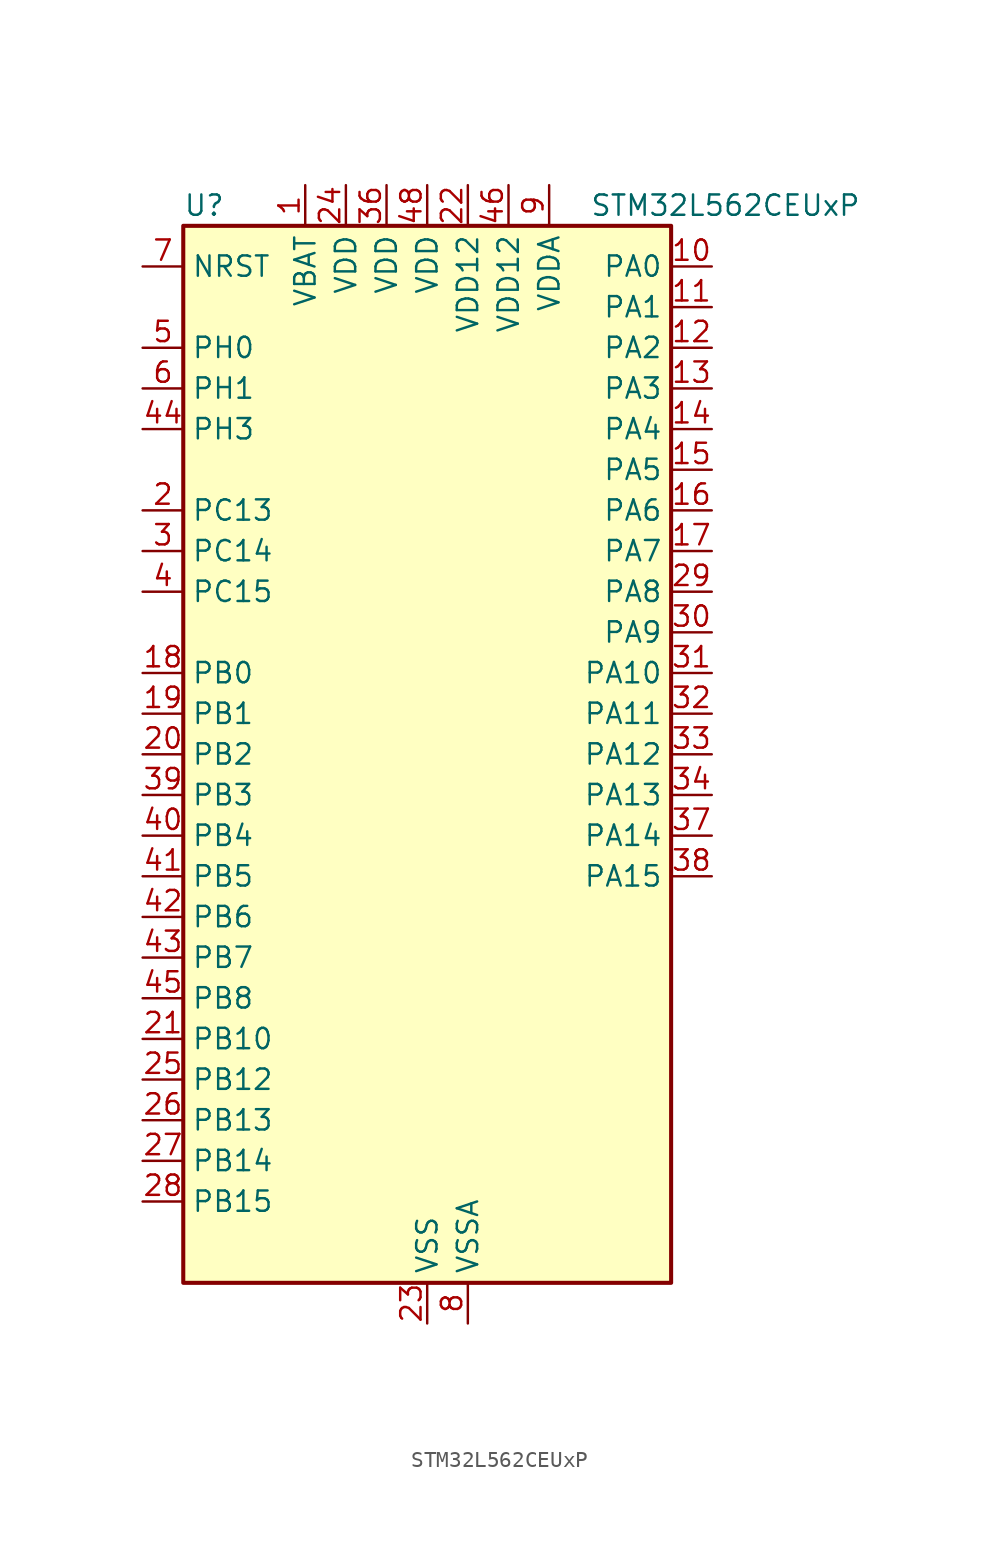
<source format=kicad_sym>
(kicad_symbol_lib
  (version 20231120)
  (generator "kicad_symbol_editor")
  (generator_version "8.0")
  (symbol "STM32L562CEUxP"
    (property "Reference" "U"
      (at -15.24 34.29 0)
      (effects (font (size 1.27 1.27)) (justify left)))
    (property "Value" "STM32L562CEUxP"
      (at 10.16 34.29 0)
      (effects (font (size 1.27 1.27)) (justify left)))
    (property "ki_locked" ""
      (at 0 0 0)
      (effects (font (size 1.27 1.27))))
    (symbol "STM32L562CEUxP_0_1"
      (rectangle (start -15.24 -33.02) (end 15.24 33.02) (stroke (width 0.254) (type default)) (fill (type background))))
    (symbol "STM32L562CEUxP_1_1"
      (pin power_in line (at -7.62 35.56 270) (length 2.54) (name "VBAT" (effects (font (size 1.27 1.27)))) (number "1" (effects (font (size 1.27 1.27)))))
      (pin bidirectional line (at 17.78 30.48 180) (length 2.54) (name "PA0" (effects (font (size 1.27 1.27)))) (number "10" (effects (font (size 1.27 1.27)))) (alternate "ADC1_IN5" bidirectional line) (alternate "ADC2_IN5" bidirectional line) (alternate "OPAMP1_VINP" bidirectional line) (alternate "PWR_WKUP1" bidirectional line) (alternate "SAI1_EXTCLK" bidirectional line) (alternate "TAMP_IN2" bidirectional line) (alternate "TAMP_OUT1" bidirectional line) (alternate "TIM2_CH1" bidirectional line) (alternate "TIM2_ETR" bidirectional line) (alternate "TIM5_CH1" bidirectional line) (alternate "TIM8_ETR" bidirectional line) (alternate "UART4_TX" bidirectional line) (alternate "USART2_CTS" bidirectional line) (alternate "USART2_NSS" bidirectional line))
      (pin bidirectional line (at 17.78 27.94 180) (length 2.54) (name "PA1" (effects (font (size 1.27 1.27)))) (number "11" (effects (font (size 1.27 1.27)))) (alternate "ADC1_IN6" bidirectional line) (alternate "ADC2_IN6" bidirectional line) (alternate "I2C1_SMBA" bidirectional line) (alternate "OCTOSPI1_DQS" bidirectional line) (alternate "OPAMP1_VINM" bidirectional line) (alternate "SPI1_SCK" bidirectional line) (alternate "TAMP_IN5" bidirectional line) (alternate "TAMP_OUT4" bidirectional line) (alternate "TIM15_CH1N" bidirectional line) (alternate "TIM2_CH2" bidirectional line) (alternate "TIM5_CH2" bidirectional line) (alternate "UART4_RX" bidirectional line) (alternate "USART2_DE" bidirectional line) (alternate "USART2_RTS" bidirectional line))
      (pin bidirectional line (at 17.78 25.4 180) (length 2.54) (name "PA2" (effects (font (size 1.27 1.27)))) (number "12" (effects (font (size 1.27 1.27)))) (alternate "ADC1_IN7" bidirectional line) (alternate "ADC2_IN7" bidirectional line) (alternate "COMP1_INP" bidirectional line) (alternate "LPUART1_TX" bidirectional line) (alternate "OCTOSPI1_NCS" bidirectional line) (alternate "PWR_WKUP4" bidirectional line) (alternate "RCC_LSCO" bidirectional line) (alternate "SAI2_EXTCLK" bidirectional line) (alternate "TIM15_CH1" bidirectional line) (alternate "TIM2_CH3" bidirectional line) (alternate "TIM5_CH3" bidirectional line) (alternate "UCPD1_FRSTX1" bidirectional line) (alternate "USART2_TX" bidirectional line))
      (pin bidirectional line (at 17.78 22.86 180) (length 2.54) (name "PA3" (effects (font (size 1.27 1.27)))) (number "13" (effects (font (size 1.27 1.27)))) (alternate "ADC1_IN8" bidirectional line) (alternate "ADC2_IN8" bidirectional line) (alternate "LPUART1_RX" bidirectional line) (alternate "OCTOSPI1_CLK" bidirectional line) (alternate "OPAMP1_VOUT" bidirectional line) (alternate "SAI1_CK1" bidirectional line) (alternate "SAI1_MCLK_A" bidirectional line) (alternate "TIM15_CH2" bidirectional line) (alternate "TIM2_CH4" bidirectional line) (alternate "TIM5_CH4" bidirectional line) (alternate "USART2_RX" bidirectional line))
      (pin bidirectional line (at 17.78 20.32 180) (length 2.54) (name "PA4" (effects (font (size 1.27 1.27)))) (number "14" (effects (font (size 1.27 1.27)))) (alternate "ADC1_IN9" bidirectional line) (alternate "ADC2_IN9" bidirectional line) (alternate "DAC1_OUT1" bidirectional line) (alternate "LPTIM2_OUT" bidirectional line) (alternate "OCTOSPI1_NCS" bidirectional line) (alternate "SAI1_FS_B" bidirectional line) (alternate "SPI1_NSS" bidirectional line) (alternate "SPI3_NSS" bidirectional line) (alternate "USART2_CK" bidirectional line))
      (pin bidirectional line (at 17.78 17.78 180) (length 2.54) (name "PA5" (effects (font (size 1.27 1.27)))) (number "15" (effects (font (size 1.27 1.27)))) (alternate "ADC1_IN10" bidirectional line) (alternate "ADC2_IN10" bidirectional line) (alternate "DAC1_OUT2" bidirectional line) (alternate "LPTIM2_ETR" bidirectional line) (alternate "SPI1_SCK" bidirectional line) (alternate "TIM2_CH1" bidirectional line) (alternate "TIM2_ETR" bidirectional line) (alternate "TIM8_CH1N" bidirectional line))
      (pin bidirectional line (at 17.78 15.24 180) (length 2.54) (name "PA6" (effects (font (size 1.27 1.27)))) (number "16" (effects (font (size 1.27 1.27)))) (alternate "ADC1_IN11" bidirectional line) (alternate "ADC2_IN11" bidirectional line) (alternate "LPUART1_CTS" bidirectional line) (alternate "OCTOSPI1_IO3" bidirectional line) (alternate "OPAMP2_VINP" bidirectional line) (alternate "SPI1_MISO" bidirectional line) (alternate "TIM16_CH1" bidirectional line) (alternate "TIM1_BKIN" bidirectional line) (alternate "TIM3_CH1" bidirectional line) (alternate "TIM8_BKIN" bidirectional line) (alternate "USART3_CTS" bidirectional line) (alternate "USART3_NSS" bidirectional line))
      (pin bidirectional line (at 17.78 12.7 180) (length 2.54) (name "PA7" (effects (font (size 1.27 1.27)))) (number "17" (effects (font (size 1.27 1.27)))) (alternate "ADC1_IN12" bidirectional line) (alternate "ADC2_IN12" bidirectional line) (alternate "I2C3_SCL" bidirectional line) (alternate "OCTOSPI1_IO2" bidirectional line) (alternate "OPAMP2_VINM" bidirectional line) (alternate "SPI1_MOSI" bidirectional line) (alternate "TIM17_CH1" bidirectional line) (alternate "TIM1_CH1N" bidirectional line) (alternate "TIM3_CH2" bidirectional line) (alternate "TIM8_CH1N" bidirectional line))
      (pin bidirectional line (at -17.78 5.08 0) (length 2.54) (name "PB0" (effects (font (size 1.27 1.27)))) (number "18" (effects (font (size 1.27 1.27)))) (alternate "ADC1_IN15" bidirectional line) (alternate "ADC2_IN15" bidirectional line) (alternate "COMP1_OUT" bidirectional line) (alternate "OCTOSPI1_IO1" bidirectional line) (alternate "OPAMP2_VOUT" bidirectional line) (alternate "SAI1_EXTCLK" bidirectional line) (alternate "SPI1_NSS" bidirectional line) (alternate "TIM1_CH2N" bidirectional line) (alternate "TIM3_CH3" bidirectional line) (alternate "TIM8_CH2N" bidirectional line) (alternate "USART3_CK" bidirectional line))
      (pin bidirectional line (at -17.78 2.54 0) (length 2.54) (name "PB1" (effects (font (size 1.27 1.27)))) (number "19" (effects (font (size 1.27 1.27)))) (alternate "ADC1_IN16" bidirectional line) (alternate "ADC2_IN16" bidirectional line) (alternate "COMP1_INM" bidirectional line) (alternate "DFSDM1_DATIN0" bidirectional line) (alternate "LPTIM2_IN1" bidirectional line) (alternate "LPUART1_DE" bidirectional line) (alternate "LPUART1_RTS" bidirectional line) (alternate "OCTOSPI1_IO0" bidirectional line) (alternate "TIM1_CH3N" bidirectional line) (alternate "TIM3_CH4" bidirectional line) (alternate "TIM8_CH3N" bidirectional line) (alternate "USART3_DE" bidirectional line) (alternate "USART3_RTS" bidirectional line))
      (pin bidirectional line (at -17.78 15.24 0) (length 2.54) (name "PC13" (effects (font (size 1.27 1.27)))) (number "2" (effects (font (size 1.27 1.27)))) (alternate "PWR_WKUP2" bidirectional line) (alternate "RTC_OUT1" bidirectional line) (alternate "RTC_TS" bidirectional line) (alternate "TAMP_IN1" bidirectional line) (alternate "TAMP_OUT2" bidirectional line))
      (pin bidirectional line (at -17.78 0 0) (length 2.54) (name "PB2" (effects (font (size 1.27 1.27)))) (number "20" (effects (font (size 1.27 1.27)))) (alternate "COMP1_INP" bidirectional line) (alternate "DFSDM1_CKIN0" bidirectional line) (alternate "I2C3_SMBA" bidirectional line) (alternate "LPTIM1_OUT" bidirectional line) (alternate "OCTOSPI1_DQS" bidirectional line) (alternate "RTC_OUT2" bidirectional line) (alternate "UCPD1_FRSTX1" bidirectional line))
      (pin bidirectional line (at -17.78 -17.78 0) (length 2.54) (name "PB10" (effects (font (size 1.27 1.27)))) (number "21" (effects (font (size 1.27 1.27)))) (alternate "COMP1_OUT" bidirectional line) (alternate "I2C2_SCL" bidirectional line) (alternate "I2C4_SCL" bidirectional line) (alternate "LPTIM3_OUT" bidirectional line) (alternate "LPUART1_RX" bidirectional line) (alternate "OCTOSPI1_CLK" bidirectional line) (alternate "SAI1_SCK_A" bidirectional line) (alternate "SPI2_SCK" bidirectional line) (alternate "TIM2_CH3" bidirectional line) (alternate "TSC_SYNC" bidirectional line) (alternate "USART3_TX" bidirectional line))
      (pin power_in line (at 2.54 35.56 270) (length 2.54) (name "VDD12" (effects (font (size 1.27 1.27)))) (number "22" (effects (font (size 1.27 1.27)))))
      (pin power_in line (at 0 -35.56 90) (length 2.54) (name "VSS" (effects (font (size 1.27 1.27)))) (number "23" (effects (font (size 1.27 1.27)))))
      (pin power_in line (at -5.08 35.56 270) (length 2.54) (name "VDD" (effects (font (size 1.27 1.27)))) (number "24" (effects (font (size 1.27 1.27)))))
      (pin bidirectional line (at -17.78 -20.32 0) (length 2.54) (name "PB12" (effects (font (size 1.27 1.27)))) (number "25" (effects (font (size 1.27 1.27)))) (alternate "DFSDM1_DATIN1" bidirectional line) (alternate "I2C2_SMBA" bidirectional line) (alternate "LPUART1_DE" bidirectional line) (alternate "LPUART1_RTS" bidirectional line) (alternate "OCTOSPI1_NCLK" bidirectional line) (alternate "SAI2_FS_A" bidirectional line) (alternate "SPI2_NSS" bidirectional line) (alternate "TIM15_BKIN" bidirectional line) (alternate "TIM1_BKIN" bidirectional line) (alternate "TSC_G1_IO1" bidirectional line) (alternate "USART3_CK" bidirectional line))
      (pin bidirectional line (at -17.78 -22.86 0) (length 2.54) (name "PB13" (effects (font (size 1.27 1.27)))) (number "26" (effects (font (size 1.27 1.27)))) (alternate "DFSDM1_CKIN1" bidirectional line) (alternate "I2C2_SCL" bidirectional line) (alternate "LPTIM3_IN1" bidirectional line) (alternate "LPUART1_CTS" bidirectional line) (alternate "SAI2_SCK_A" bidirectional line) (alternate "SPI2_SCK" bidirectional line) (alternate "TIM15_CH1N" bidirectional line) (alternate "TIM1_CH1N" bidirectional line) (alternate "TSC_G1_IO2" bidirectional line) (alternate "UCPD1_FRSTX2" bidirectional line) (alternate "USART3_CTS" bidirectional line) (alternate "USART3_NSS" bidirectional line))
      (pin bidirectional line (at -17.78 -25.4 0) (length 2.54) (name "PB14" (effects (font (size 1.27 1.27)))) (number "27" (effects (font (size 1.27 1.27)))) (alternate "DFSDM1_DATIN2" bidirectional line) (alternate "I2C2_SDA" bidirectional line) (alternate "LPTIM3_ETR" bidirectional line) (alternate "SAI2_MCLK_A" bidirectional line) (alternate "SPI2_MISO" bidirectional line) (alternate "TIM15_CH1" bidirectional line) (alternate "TIM1_CH2N" bidirectional line) (alternate "TIM8_CH2N" bidirectional line) (alternate "TSC_G1_IO3" bidirectional line) (alternate "UCPD1_DBCC2" bidirectional line) (alternate "USART3_DE" bidirectional line) (alternate "USART3_RTS" bidirectional line))
      (pin bidirectional line (at -17.78 -27.94 0) (length 2.54) (name "PB15" (effects (font (size 1.27 1.27)))) (number "28" (effects (font (size 1.27 1.27)))) (alternate "ADC1_EXTI15" bidirectional line) (alternate "ADC2_EXTI15" bidirectional line) (alternate "DFSDM1_CKIN2" bidirectional line) (alternate "RTC_REFIN" bidirectional line) (alternate "SAI2_SD_A" bidirectional line) (alternate "SPI2_MOSI" bidirectional line) (alternate "TIM15_CH2" bidirectional line) (alternate "TIM1_CH3N" bidirectional line) (alternate "TIM8_CH3N" bidirectional line) (alternate "UCPD1_CC2" bidirectional line))
      (pin bidirectional line (at 17.78 10.16 180) (length 2.54) (name "PA8" (effects (font (size 1.27 1.27)))) (number "29" (effects (font (size 1.27 1.27)))) (alternate "LPTIM2_OUT" bidirectional line) (alternate "RCC_MCO" bidirectional line) (alternate "SAI1_CK2" bidirectional line) (alternate "SAI1_SCK_A" bidirectional line) (alternate "TIM1_CH1" bidirectional line) (alternate "USART1_CK" bidirectional line))
      (pin bidirectional line (at -17.78 12.7 0) (length 2.54) (name "PC14" (effects (font (size 1.27 1.27)))) (number "3" (effects (font (size 1.27 1.27)))) (alternate "RCC_OSC32_IN" bidirectional line))
      (pin bidirectional line (at 17.78 7.62 180) (length 2.54) (name "PA9" (effects (font (size 1.27 1.27)))) (number "30" (effects (font (size 1.27 1.27)))) (alternate "DAC1_EXTI9" bidirectional line) (alternate "SAI1_FS_A" bidirectional line) (alternate "SPI2_SCK" bidirectional line) (alternate "TIM15_BKIN" bidirectional line) (alternate "TIM1_CH2" bidirectional line) (alternate "USART1_TX" bidirectional line))
      (pin bidirectional line (at 17.78 5.08 180) (length 2.54) (name "PA10" (effects (font (size 1.27 1.27)))) (number "31" (effects (font (size 1.27 1.27)))) (alternate "CRS_SYNC" bidirectional line) (alternate "SAI1_D1" bidirectional line) (alternate "SAI1_SD_A" bidirectional line) (alternate "TIM17_BKIN" bidirectional line) (alternate "TIM1_CH3" bidirectional line) (alternate "USART1_RX" bidirectional line))
      (pin bidirectional line (at 17.78 2.54 180) (length 2.54) (name "PA11" (effects (font (size 1.27 1.27)))) (number "32" (effects (font (size 1.27 1.27)))) (alternate "ADC1_EXTI11" bidirectional line) (alternate "ADC2_EXTI11" bidirectional line) (alternate "FDCAN1_RX" bidirectional line) (alternate "SPI1_MISO" bidirectional line) (alternate "TIM1_BKIN2" bidirectional line) (alternate "TIM1_CH4" bidirectional line) (alternate "USART1_CTS" bidirectional line) (alternate "USART1_NSS" bidirectional line) (alternate "USB_DM" bidirectional line))
      (pin bidirectional line (at 17.78 0 180) (length 2.54) (name "PA12" (effects (font (size 1.27 1.27)))) (number "33" (effects (font (size 1.27 1.27)))) (alternate "FDCAN1_TX" bidirectional line) (alternate "SPI1_MOSI" bidirectional line) (alternate "TIM1_ETR" bidirectional line) (alternate "USART1_DE" bidirectional line) (alternate "USART1_RTS" bidirectional line) (alternate "USB_DP" bidirectional line))
      (pin bidirectional line (at 17.78 -2.54 180) (length 2.54) (name "PA13" (effects (font (size 1.27 1.27)))) (number "34" (effects (font (size 1.27 1.27)))) (alternate "DEBUG_JTMS-SWDIO" bidirectional line) (alternate "IR_OUT" bidirectional line) (alternate "SAI1_SD_B" bidirectional line) (alternate "USB_NOE" bidirectional line))
      (pin passive line (at 0 -35.56 90) (length 2.54) hide (name "VSS" (effects (font (size 1.27 1.27)))) (number "35" (effects (font (size 1.27 1.27)))))
      (pin power_in line (at -2.54 35.56 270) (length 2.54) (name "VDD" (effects (font (size 1.27 1.27)))) (number "36" (effects (font (size 1.27 1.27)))))
      (pin bidirectional line (at 17.78 -5.08 180) (length 2.54) (name "PA14" (effects (font (size 1.27 1.27)))) (number "37" (effects (font (size 1.27 1.27)))) (alternate "DEBUG_JTCK-SWCLK" bidirectional line) (alternate "I2C1_SMBA" bidirectional line) (alternate "I2C4_SMBA" bidirectional line) (alternate "LPTIM1_OUT" bidirectional line) (alternate "SAI1_FS_B" bidirectional line))
      (pin bidirectional line (at 17.78 -7.62 180) (length 2.54) (name "PA15" (effects (font (size 1.27 1.27)))) (number "38" (effects (font (size 1.27 1.27)))) (alternate "ADC1_EXTI15" bidirectional line) (alternate "ADC2_EXTI15" bidirectional line) (alternate "DEBUG_JTDI" bidirectional line) (alternate "SAI2_FS_B" bidirectional line) (alternate "SPI1_NSS" bidirectional line) (alternate "SPI3_NSS" bidirectional line) (alternate "TIM2_CH1" bidirectional line) (alternate "TIM2_ETR" bidirectional line) (alternate "UART4_DE" bidirectional line) (alternate "UART4_RTS" bidirectional line) (alternate "UCPD1_CC1" bidirectional line) (alternate "USART2_RX" bidirectional line) (alternate "USART3_DE" bidirectional line) (alternate "USART3_RTS" bidirectional line))
      (pin bidirectional line (at -17.78 -2.54 0) (length 2.54) (name "PB3" (effects (font (size 1.27 1.27)))) (number "39" (effects (font (size 1.27 1.27)))) (alternate "COMP2_INM" bidirectional line) (alternate "CRS_SYNC" bidirectional line) (alternate "DEBUG_JTDO-SWO" bidirectional line) (alternate "SAI1_SCK_B" bidirectional line) (alternate "SPI1_SCK" bidirectional line) (alternate "SPI3_SCK" bidirectional line) (alternate "TIM2_CH2" bidirectional line) (alternate "USART1_DE" bidirectional line) (alternate "USART1_RTS" bidirectional line))
      (pin bidirectional line (at -17.78 10.16 0) (length 2.54) (name "PC15" (effects (font (size 1.27 1.27)))) (number "4" (effects (font (size 1.27 1.27)))) (alternate "ADC1_EXTI15" bidirectional line) (alternate "ADC2_EXTI15" bidirectional line) (alternate "RCC_OSC32_OUT" bidirectional line))
      (pin bidirectional line (at -17.78 -5.08 0) (length 2.54) (name "PB4" (effects (font (size 1.27 1.27)))) (number "40" (effects (font (size 1.27 1.27)))) (alternate "COMP2_INP" bidirectional line) (alternate "DEBUG_JTRST" bidirectional line) (alternate "I2C3_SDA" bidirectional line) (alternate "SAI1_MCLK_B" bidirectional line) (alternate "SPI1_MISO" bidirectional line) (alternate "SPI3_MISO" bidirectional line) (alternate "TIM17_BKIN" bidirectional line) (alternate "TIM3_CH1" bidirectional line) (alternate "TSC_G2_IO1" bidirectional line) (alternate "USART1_CTS" bidirectional line) (alternate "USART1_NSS" bidirectional line))
      (pin bidirectional line (at -17.78 -7.62 0) (length 2.54) (name "PB5" (effects (font (size 1.27 1.27)))) (number "41" (effects (font (size 1.27 1.27)))) (alternate "COMP2_OUT" bidirectional line) (alternate "I2C1_SMBA" bidirectional line) (alternate "LPTIM1_IN1" bidirectional line) (alternate "OCTOSPI1_NCLK" bidirectional line) (alternate "SAI1_SD_B" bidirectional line) (alternate "SPI1_MOSI" bidirectional line) (alternate "SPI3_MOSI" bidirectional line) (alternate "TIM16_BKIN" bidirectional line) (alternate "TIM3_CH2" bidirectional line) (alternate "TSC_G2_IO2" bidirectional line) (alternate "UCPD1_DBCC1" bidirectional line) (alternate "USART1_CK" bidirectional line))
      (pin bidirectional line (at -17.78 -10.16 0) (length 2.54) (name "PB6" (effects (font (size 1.27 1.27)))) (number "42" (effects (font (size 1.27 1.27)))) (alternate "COMP2_INP" bidirectional line) (alternate "I2C1_SCL" bidirectional line) (alternate "I2C4_SCL" bidirectional line) (alternate "LPTIM1_ETR" bidirectional line) (alternate "SAI1_FS_B" bidirectional line) (alternate "TIM16_CH1N" bidirectional line) (alternate "TIM4_CH1" bidirectional line) (alternate "TIM8_BKIN2" bidirectional line) (alternate "TSC_G2_IO3" bidirectional line) (alternate "USART1_TX" bidirectional line))
      (pin bidirectional line (at -17.78 -12.7 0) (length 2.54) (name "PB7" (effects (font (size 1.27 1.27)))) (number "43" (effects (font (size 1.27 1.27)))) (alternate "COMP2_INM" bidirectional line) (alternate "I2C1_SDA" bidirectional line) (alternate "I2C4_SDA" bidirectional line) (alternate "LPTIM1_IN2" bidirectional line) (alternate "PWR_PVD_IN" bidirectional line) (alternate "TIM17_CH1N" bidirectional line) (alternate "TIM4_CH2" bidirectional line) (alternate "TIM8_BKIN" bidirectional line) (alternate "TSC_G2_IO4" bidirectional line) (alternate "UART4_CTS" bidirectional line) (alternate "USART1_RX" bidirectional line))
      (pin bidirectional line (at -17.78 20.32 0) (length 2.54) (name "PH3" (effects (font (size 1.27 1.27)))) (number "44" (effects (font (size 1.27 1.27)))))
      (pin bidirectional line (at -17.78 -15.24 0) (length 2.54) (name "PB8" (effects (font (size 1.27 1.27)))) (number "45" (effects (font (size 1.27 1.27)))) (alternate "DFSDM1_CKOUT" bidirectional line) (alternate "FDCAN1_RX" bidirectional line) (alternate "I2C1_SCL" bidirectional line) (alternate "SAI1_CK1" bidirectional line) (alternate "SAI1_MCLK_A" bidirectional line) (alternate "TIM16_CH1" bidirectional line) (alternate "TIM4_CH3" bidirectional line))
      (pin power_in line (at 5.08 35.56 270) (length 2.54) (name "VDD12" (effects (font (size 1.27 1.27)))) (number "46" (effects (font (size 1.27 1.27)))))
      (pin passive line (at 0 -35.56 90) (length 2.54) hide (name "VSS" (effects (font (size 1.27 1.27)))) (number "47" (effects (font (size 1.27 1.27)))))
      (pin power_in line (at 0 35.56 270) (length 2.54) (name "VDD" (effects (font (size 1.27 1.27)))) (number "48" (effects (font (size 1.27 1.27)))))
      (pin passive line (at 0 -35.56 90) (length 2.54) hide (name "VSS" (effects (font (size 1.27 1.27)))) (number "49" (effects (font (size 1.27 1.27)))))
      (pin bidirectional line (at -17.78 25.4 0) (length 2.54) (name "PH0" (effects (font (size 1.27 1.27)))) (number "5" (effects (font (size 1.27 1.27)))) (alternate "RCC_OSC_IN" bidirectional line))
      (pin bidirectional line (at -17.78 22.86 0) (length 2.54) (name "PH1" (effects (font (size 1.27 1.27)))) (number "6" (effects (font (size 1.27 1.27)))) (alternate "RCC_OSC_OUT" bidirectional line))
      (pin input line (at -17.78 30.48 0) (length 2.54) (name "NRST" (effects (font (size 1.27 1.27)))) (number "7" (effects (font (size 1.27 1.27)))))
      (pin power_in line (at 2.54 -35.56 90) (length 2.54) (name "VSSA" (effects (font (size 1.27 1.27)))) (number "8" (effects (font (size 1.27 1.27)))))
      (pin power_in line (at 7.62 35.56 270) (length 2.54) (name "VDDA" (effects (font (size 1.27 1.27)))) (number "9" (effects (font (size 1.27 1.27)))) (alternate "VREFBUF_OUT" bidirectional line)))))
</source>
